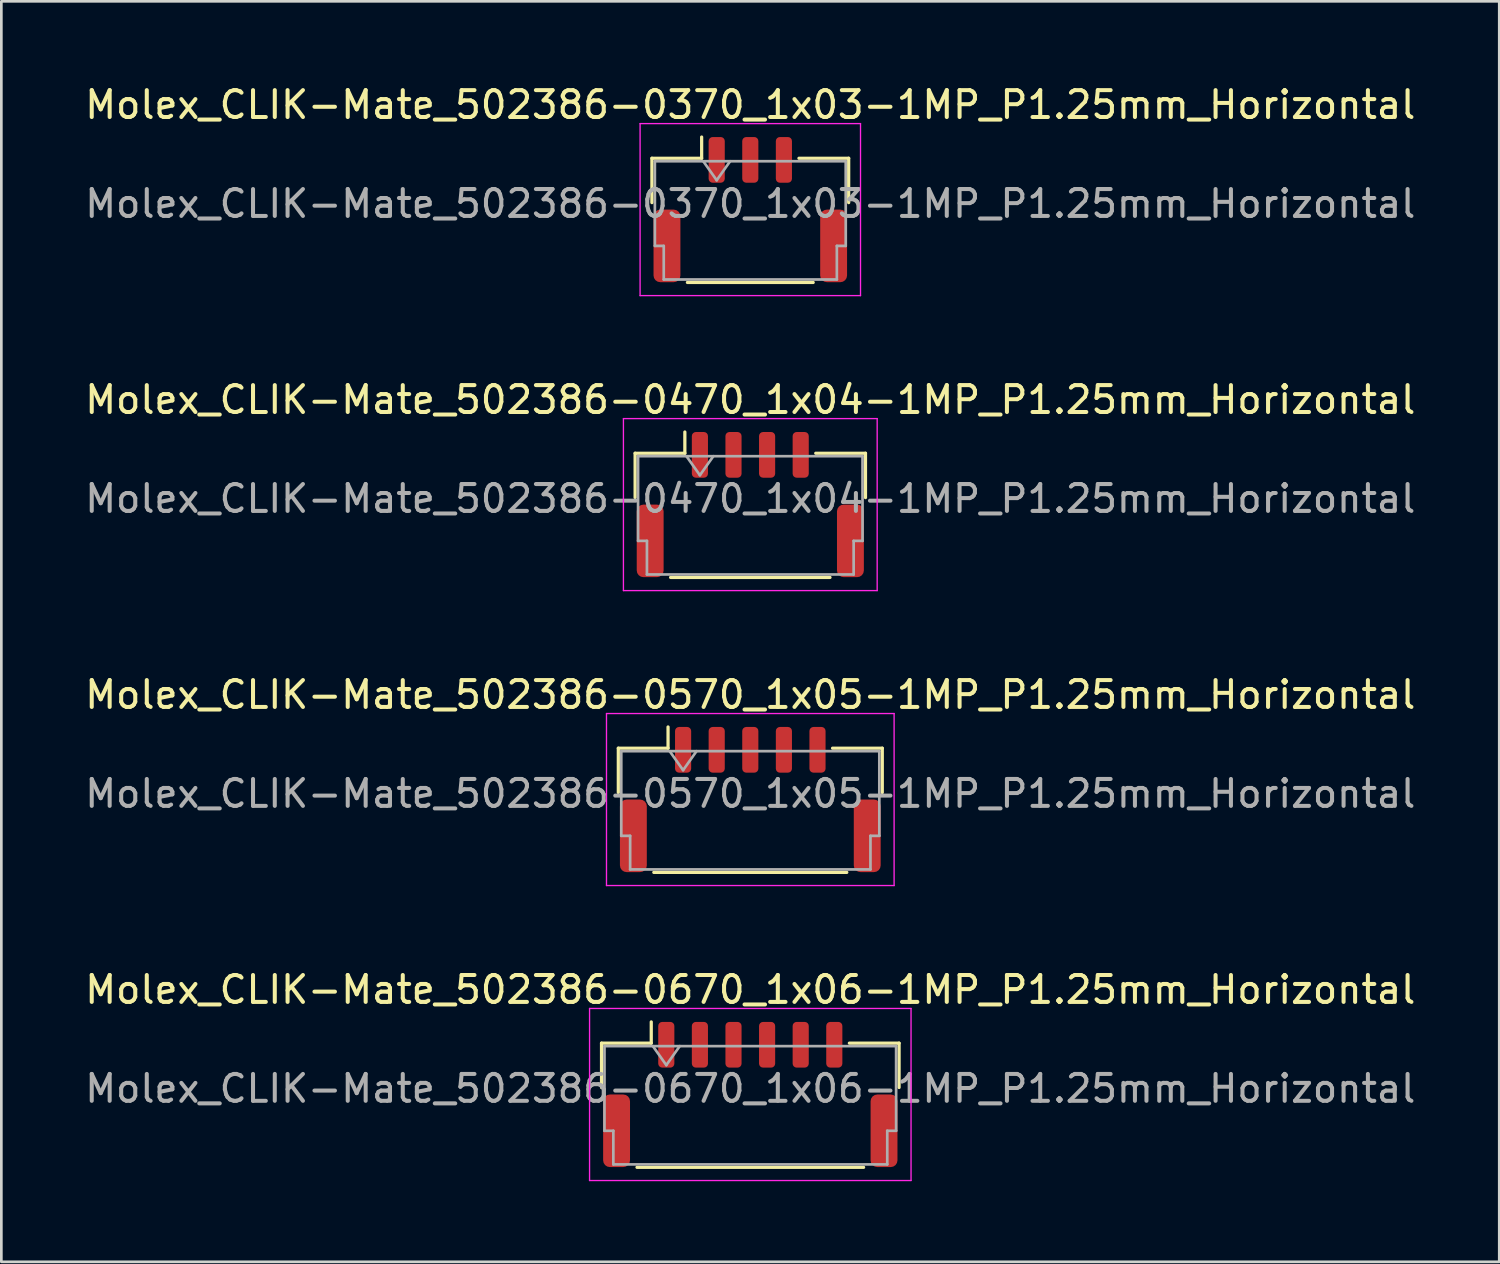
<source format=kicad_pcb>
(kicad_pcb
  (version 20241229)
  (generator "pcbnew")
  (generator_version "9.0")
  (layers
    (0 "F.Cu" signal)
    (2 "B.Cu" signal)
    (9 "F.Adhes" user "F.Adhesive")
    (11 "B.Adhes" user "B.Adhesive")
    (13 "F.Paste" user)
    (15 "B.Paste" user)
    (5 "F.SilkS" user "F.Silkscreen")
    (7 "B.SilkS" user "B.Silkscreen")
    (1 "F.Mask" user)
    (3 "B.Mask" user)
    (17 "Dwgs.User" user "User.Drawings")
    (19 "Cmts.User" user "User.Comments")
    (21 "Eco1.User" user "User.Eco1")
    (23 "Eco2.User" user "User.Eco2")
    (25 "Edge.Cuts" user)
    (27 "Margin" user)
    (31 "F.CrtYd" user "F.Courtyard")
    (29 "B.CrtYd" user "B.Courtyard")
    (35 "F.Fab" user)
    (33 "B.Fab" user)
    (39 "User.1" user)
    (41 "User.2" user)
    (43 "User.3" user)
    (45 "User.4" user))
  (footprint "Molex_CLIK-Mate_502386-0370_1x03-1MP_P1.25mm_Horizontal"
    (layer "F.Cu")
    (at 24.863 4.748)
    (property "Reference" "Molex_CLIK-Mate_502386-0370_1x03-1MP_P1.25mm_Horizontal" (at 0 -3.9 0) (layer "F.SilkS") (effects (font (size 1 1) (thickness 0.15))))
    (attr smd)
    (fp_line (start -3.66 -1.91) (end -1.81 -1.91) (stroke (width 0.12) (type solid)) (layer "F.SilkS"))
    (fp_line (start -3.66 -0.26) (end -3.66 -1.91) (stroke (width 0.12) (type solid)) (layer "F.SilkS"))
    (fp_line (start -2.34 2.71) (end 2.34 2.71) (stroke (width 0.12) (type solid)) (layer "F.SilkS"))
    (fp_line (start -1.81 -1.91) (end -1.81 -2.7) (stroke (width 0.12) (type solid)) (layer "F.SilkS"))
    (fp_line (start 3.66 -1.91) (end 1.81 -1.91) (stroke (width 0.12) (type solid)) (layer "F.SilkS"))
    (fp_line (start 3.66 -0.26) (end 3.66 -1.91) (stroke (width 0.12) (type solid)) (layer "F.SilkS"))
    (fp_line (start -4.1 -3.2) (end -4.1 3.2) (stroke (width 0.05) (type solid)) (layer "F.CrtYd"))
    (fp_line (start -4.1 3.2) (end 4.1 3.2) (stroke (width 0.05) (type solid)) (layer "F.CrtYd"))
    (fp_line (start 4.1 -3.2) (end -4.1 -3.2) (stroke (width 0.05) (type solid)) (layer "F.CrtYd"))
    (fp_line (start 4.1 3.2) (end 4.1 -3.2) (stroke (width 0.05) (type solid)) (layer "F.CrtYd"))
    (fp_line (start -3.55 -1.8) (end -3.55 1.35) (stroke (width 0.1) (type solid)) (layer "F.Fab"))
    (fp_line (start -3.55 -1.8) (end 3.55 -1.8) (stroke (width 0.1) (type solid)) (layer "F.Fab"))
    (fp_line (start -3.55 1.35) (end -3.22 1.35) (stroke (width 0.1) (type solid)) (layer "F.Fab"))
    (fp_line (start -3.22 1.35) (end -3.22 2.6) (stroke (width 0.1) (type solid)) (layer "F.Fab"))
    (fp_line (start -3.22 2.6) (end 3.22 2.6) (stroke (width 0.1) (type solid)) (layer "F.Fab"))
    (fp_line (start -1.75 -1.8) (end -1.25 -1.093) (stroke (width 0.1) (type solid)) (layer "F.Fab"))
    (fp_line (start -1.25 -1.093) (end -0.75 -1.8) (stroke (width 0.1) (type solid)) (layer "F.Fab"))
    (fp_line (start 3.22 1.35) (end 3.55 1.35) (stroke (width 0.1) (type solid)) (layer "F.Fab"))
    (fp_line (start 3.22 2.6) (end 3.22 1.35) (stroke (width 0.1) (type solid)) (layer "F.Fab"))
    (fp_line (start 3.55 -1.8) (end 3.55 1.35) (stroke (width 0.1) (type solid)) (layer "F.Fab"))
    (fp_text user "${REFERENCE}" (at 0 -0.22 0) (layer "F.Fab") (effects (font (size 1 1) (thickness 0.15))))
    (pad "1" smd roundrect (at -1.25 -1.85) (size 0.6 1.7) (layers "F.Cu" "F.Mask" "F.Paste") (roundrect_rratio 0.25))
    (pad "2" smd roundrect (at 0 -1.85) (size 0.6 1.7) (layers "F.Cu" "F.Mask" "F.Paste") (roundrect_rratio 0.25))
    (pad "3" smd roundrect (at 1.25 -1.85) (size 0.6 1.7) (layers "F.Cu" "F.Mask" "F.Paste") (roundrect_rratio 0.25))
    (pad "MP" smd roundrect (at -3.1 1.35) (size 1 2.7) (layers "F.Cu" "F.Mask" "F.Paste") (roundrect_rratio 0.25))
    (pad "MP" smd roundrect (at 3.1 1.35) (size 1 2.7) (layers "F.Cu" "F.Mask" "F.Paste") (roundrect_rratio 0.25)))
  (footprint "Molex_CLIK-Mate_502386-0470_1x04-1MP_P1.25mm_Horizontal"
    (layer "F.Cu")
    (at 24.863 15.722)
    (property "Reference" "Molex_CLIK-Mate_502386-0470_1x04-1MP_P1.25mm_Horizontal" (at 0 -3.9 0) (layer "F.SilkS") (effects (font (size 1 1) (thickness 0.15))))
    (attr smd)
    (fp_line (start -4.285 -1.91) (end -2.435 -1.91) (stroke (width 0.12) (type solid)) (layer "F.SilkS"))
    (fp_line (start -4.285 -0.26) (end -4.285 -1.91) (stroke (width 0.12) (type solid)) (layer "F.SilkS"))
    (fp_line (start -2.965 2.71) (end 2.965 2.71) (stroke (width 0.12) (type solid)) (layer "F.SilkS"))
    (fp_line (start -2.435 -1.91) (end -2.435 -2.7) (stroke (width 0.12) (type solid)) (layer "F.SilkS"))
    (fp_line (start 4.285 -1.91) (end 2.435 -1.91) (stroke (width 0.12) (type solid)) (layer "F.SilkS"))
    (fp_line (start 4.285 -0.26) (end 4.285 -1.91) (stroke (width 0.12) (type solid)) (layer "F.SilkS"))
    (fp_line (start -4.72 -3.2) (end -4.72 3.2) (stroke (width 0.05) (type solid)) (layer "F.CrtYd"))
    (fp_line (start -4.72 3.2) (end 4.72 3.2) (stroke (width 0.05) (type solid)) (layer "F.CrtYd"))
    (fp_line (start 4.72 -3.2) (end -4.72 -3.2) (stroke (width 0.05) (type solid)) (layer "F.CrtYd"))
    (fp_line (start 4.72 3.2) (end 4.72 -3.2) (stroke (width 0.05) (type solid)) (layer "F.CrtYd"))
    (fp_line (start -4.175 -1.8) (end -4.175 1.35) (stroke (width 0.1) (type solid)) (layer "F.Fab"))
    (fp_line (start -4.175 -1.8) (end 4.175 -1.8) (stroke (width 0.1) (type solid)) (layer "F.Fab"))
    (fp_line (start -4.175 1.35) (end -3.845 1.35) (stroke (width 0.1) (type solid)) (layer "F.Fab"))
    (fp_line (start -3.845 1.35) (end -3.845 2.6) (stroke (width 0.1) (type solid)) (layer "F.Fab"))
    (fp_line (start -3.845 2.6) (end 3.845 2.6) (stroke (width 0.1) (type solid)) (layer "F.Fab"))
    (fp_line (start -2.375 -1.8) (end -1.875 -1.093) (stroke (width 0.1) (type solid)) (layer "F.Fab"))
    (fp_line (start -1.875 -1.093) (end -1.375 -1.8) (stroke (width 0.1) (type solid)) (layer "F.Fab"))
    (fp_line (start 3.845 1.35) (end 4.175 1.35) (stroke (width 0.1) (type solid)) (layer "F.Fab"))
    (fp_line (start 3.845 2.6) (end 3.845 1.35) (stroke (width 0.1) (type solid)) (layer "F.Fab"))
    (fp_line (start 4.175 -1.8) (end 4.175 1.35) (stroke (width 0.1) (type solid)) (layer "F.Fab"))
    (fp_text user "${REFERENCE}" (at 0 -0.22 0) (layer "F.Fab") (effects (font (size 1 1) (thickness 0.15))))
    (pad "1" smd roundrect (at -1.875 -1.85) (size 0.6 1.7) (layers "F.Cu" "F.Mask" "F.Paste") (roundrect_rratio 0.25))
    (pad "2" smd roundrect (at -0.625 -1.85) (size 0.6 1.7) (layers "F.Cu" "F.Mask" "F.Paste") (roundrect_rratio 0.25))
    (pad "3" smd roundrect (at 0.625 -1.85) (size 0.6 1.7) (layers "F.Cu" "F.Mask" "F.Paste") (roundrect_rratio 0.25))
    (pad "4" smd roundrect (at 1.875 -1.85) (size 0.6 1.7) (layers "F.Cu" "F.Mask" "F.Paste") (roundrect_rratio 0.25))
    (pad "MP" smd roundrect (at -3.725 1.35) (size 1 2.7) (layers "F.Cu" "F.Mask" "F.Paste") (roundrect_rratio 0.25))
    (pad "MP" smd roundrect (at 3.725 1.35) (size 1 2.7) (layers "F.Cu" "F.Mask" "F.Paste") (roundrect_rratio 0.25)))
  (footprint "Molex_CLIK-Mate_502386-0670_1x06-1MP_P1.25mm_Horizontal"
    (layer "F.Cu")
    (at 24.863 37.668)
    (property "Reference" "Molex_CLIK-Mate_502386-0670_1x06-1MP_P1.25mm_Horizontal" (at 0 -3.9 0) (layer "F.SilkS") (effects (font (size 1 1) (thickness 0.15))))
    (attr smd)
    (fp_line (start -5.535 -1.91) (end -3.685 -1.91) (stroke (width 0.12) (type solid)) (layer "F.SilkS"))
    (fp_line (start -5.535 -0.26) (end -5.535 -1.91) (stroke (width 0.12) (type solid)) (layer "F.SilkS"))
    (fp_line (start -4.215 2.71) (end 4.215 2.71) (stroke (width 0.12) (type solid)) (layer "F.SilkS"))
    (fp_line (start -3.685 -1.91) (end -3.685 -2.7) (stroke (width 0.12) (type solid)) (layer "F.SilkS"))
    (fp_line (start 5.535 -1.91) (end 3.685 -1.91) (stroke (width 0.12) (type solid)) (layer "F.SilkS"))
    (fp_line (start 5.535 -0.26) (end 5.535 -1.91) (stroke (width 0.12) (type solid)) (layer "F.SilkS"))
    (fp_line (start -5.98 -3.2) (end -5.98 3.2) (stroke (width 0.05) (type solid)) (layer "F.CrtYd"))
    (fp_line (start -5.98 3.2) (end 5.98 3.2) (stroke (width 0.05) (type solid)) (layer "F.CrtYd"))
    (fp_line (start 5.98 -3.2) (end -5.98 -3.2) (stroke (width 0.05) (type solid)) (layer "F.CrtYd"))
    (fp_line (start 5.98 3.2) (end 5.98 -3.2) (stroke (width 0.05) (type solid)) (layer "F.CrtYd"))
    (fp_line (start -5.425 -1.8) (end -5.425 1.35) (stroke (width 0.1) (type solid)) (layer "F.Fab"))
    (fp_line (start -5.425 -1.8) (end 5.425 -1.8) (stroke (width 0.1) (type solid)) (layer "F.Fab"))
    (fp_line (start -5.425 1.35) (end -5.095 1.35) (stroke (width 0.1) (type solid)) (layer "F.Fab"))
    (fp_line (start -5.095 1.35) (end -5.095 2.6) (stroke (width 0.1) (type solid)) (layer "F.Fab"))
    (fp_line (start -5.095 2.6) (end 5.095 2.6) (stroke (width 0.1) (type solid)) (layer "F.Fab"))
    (fp_line (start -3.625 -1.8) (end -3.125 -1.093) (stroke (width 0.1) (type solid)) (layer "F.Fab"))
    (fp_line (start -3.125 -1.093) (end -2.625 -1.8) (stroke (width 0.1) (type solid)) (layer "F.Fab"))
    (fp_line (start 5.095 1.35) (end 5.425 1.35) (stroke (width 0.1) (type solid)) (layer "F.Fab"))
    (fp_line (start 5.095 2.6) (end 5.095 1.35) (stroke (width 0.1) (type solid)) (layer "F.Fab"))
    (fp_line (start 5.425 -1.8) (end 5.425 1.35) (stroke (width 0.1) (type solid)) (layer "F.Fab"))
    (fp_text user "${REFERENCE}" (at 0 -0.22 0) (layer "F.Fab") (effects (font (size 1 1) (thickness 0.15))))
    (pad "1" smd roundrect (at -3.125 -1.85) (size 0.6 1.7) (layers "F.Cu" "F.Mask" "F.Paste") (roundrect_rratio 0.25))
    (pad "2" smd roundrect (at -1.875 -1.85) (size 0.6 1.7) (layers "F.Cu" "F.Mask" "F.Paste") (roundrect_rratio 0.25))
    (pad "3" smd roundrect (at -0.625 -1.85) (size 0.6 1.7) (layers "F.Cu" "F.Mask" "F.Paste") (roundrect_rratio 0.25))
    (pad "4" smd roundrect (at 0.625 -1.85) (size 0.6 1.7) (layers "F.Cu" "F.Mask" "F.Paste") (roundrect_rratio 0.25))
    (pad "5" smd roundrect (at 1.875 -1.85) (size 0.6 1.7) (layers "F.Cu" "F.Mask" "F.Paste") (roundrect_rratio 0.25))
    (pad "6" smd roundrect (at 3.125 -1.85) (size 0.6 1.7) (layers "F.Cu" "F.Mask" "F.Paste") (roundrect_rratio 0.25))
    (pad "MP" smd roundrect (at -4.975 1.35) (size 1 2.7) (layers "F.Cu" "F.Mask" "F.Paste") (roundrect_rratio 0.25))
    (pad "MP" smd roundrect (at 4.975 1.35) (size 1 2.7) (layers "F.Cu" "F.Mask" "F.Paste") (roundrect_rratio 0.25)))
  (footprint "Molex_CLIK-Mate_502386-0570_1x05-1MP_P1.25mm_Horizontal"
    (layer "F.Cu")
    (at 24.863 26.695)
    (property "Reference" "Molex_CLIK-Mate_502386-0570_1x05-1MP_P1.25mm_Horizontal" (at 0 -3.9 0) (layer "F.SilkS") (effects (font (size 1 1) (thickness 0.15))))
    (attr smd)
    (fp_line (start -4.91 -1.91) (end -3.06 -1.91) (stroke (width 0.12) (type solid)) (layer "F.SilkS"))
    (fp_line (start -4.91 -0.26) (end -4.91 -1.91) (stroke (width 0.12) (type solid)) (layer "F.SilkS"))
    (fp_line (start -3.59 2.71) (end 3.59 2.71) (stroke (width 0.12) (type solid)) (layer "F.SilkS"))
    (fp_line (start -3.06 -1.91) (end -3.06 -2.7) (stroke (width 0.12) (type solid)) (layer "F.SilkS"))
    (fp_line (start 4.91 -1.91) (end 3.06 -1.91) (stroke (width 0.12) (type solid)) (layer "F.SilkS"))
    (fp_line (start 4.91 -0.26) (end 4.91 -1.91) (stroke (width 0.12) (type solid)) (layer "F.SilkS"))
    (fp_line (start -5.35 -3.2) (end -5.35 3.2) (stroke (width 0.05) (type solid)) (layer "F.CrtYd"))
    (fp_line (start -5.35 3.2) (end 5.35 3.2) (stroke (width 0.05) (type solid)) (layer "F.CrtYd"))
    (fp_line (start 5.35 -3.2) (end -5.35 -3.2) (stroke (width 0.05) (type solid)) (layer "F.CrtYd"))
    (fp_line (start 5.35 3.2) (end 5.35 -3.2) (stroke (width 0.05) (type solid)) (layer "F.CrtYd"))
    (fp_line (start -4.8 -1.8) (end -4.8 1.35) (stroke (width 0.1) (type solid)) (layer "F.Fab"))
    (fp_line (start -4.8 -1.8) (end 4.8 -1.8) (stroke (width 0.1) (type solid)) (layer "F.Fab"))
    (fp_line (start -4.8 1.35) (end -4.47 1.35) (stroke (width 0.1) (type solid)) (layer "F.Fab"))
    (fp_line (start -4.47 1.35) (end -4.47 2.6) (stroke (width 0.1) (type solid)) (layer "F.Fab"))
    (fp_line (start -4.47 2.6) (end 4.47 2.6) (stroke (width 0.1) (type solid)) (layer "F.Fab"))
    (fp_line (start -3 -1.8) (end -2.5 -1.093) (stroke (width 0.1) (type solid)) (layer "F.Fab"))
    (fp_line (start -2.5 -1.093) (end -2 -1.8) (stroke (width 0.1) (type solid)) (layer "F.Fab"))
    (fp_line (start 4.47 1.35) (end 4.8 1.35) (stroke (width 0.1) (type solid)) (layer "F.Fab"))
    (fp_line (start 4.47 2.6) (end 4.47 1.35) (stroke (width 0.1) (type solid)) (layer "F.Fab"))
    (fp_line (start 4.8 -1.8) (end 4.8 1.35) (stroke (width 0.1) (type solid)) (layer "F.Fab"))
    (fp_text user "${REFERENCE}" (at 0 -0.22 0) (layer "F.Fab") (effects (font (size 1 1) (thickness 0.15))))
    (pad "1" smd roundrect (at -2.5 -1.85) (size 0.6 1.7) (layers "F.Cu" "F.Mask" "F.Paste") (roundrect_rratio 0.25))
    (pad "2" smd roundrect (at -1.25 -1.85) (size 0.6 1.7) (layers "F.Cu" "F.Mask" "F.Paste") (roundrect_rratio 0.25))
    (pad "3" smd roundrect (at 0 -1.85) (size 0.6 1.7) (layers "F.Cu" "F.Mask" "F.Paste") (roundrect_rratio 0.25))
    (pad "4" smd roundrect (at 1.25 -1.85) (size 0.6 1.7) (layers "F.Cu" "F.Mask" "F.Paste") (roundrect_rratio 0.25))
    (pad "5" smd roundrect (at 2.5 -1.85) (size 0.6 1.7) (layers "F.Cu" "F.Mask" "F.Paste") (roundrect_rratio 0.25))
    (pad "MP" smd roundrect (at -4.35 1.35) (size 1 2.7) (layers "F.Cu" "F.Mask" "F.Paste") (roundrect_rratio 0.25))
    (pad "MP" smd roundrect (at 4.35 1.35) (size 1 2.7) (layers "F.Cu" "F.Mask" "F.Paste") (roundrect_rratio 0.25)))
  (gr_rect
    (start -3 -3)
    (end 52.726 43.893)
    (stroke (width 0.1) (type default))
    (fill no)
    (layer "Edge.Cuts")))
</source>
